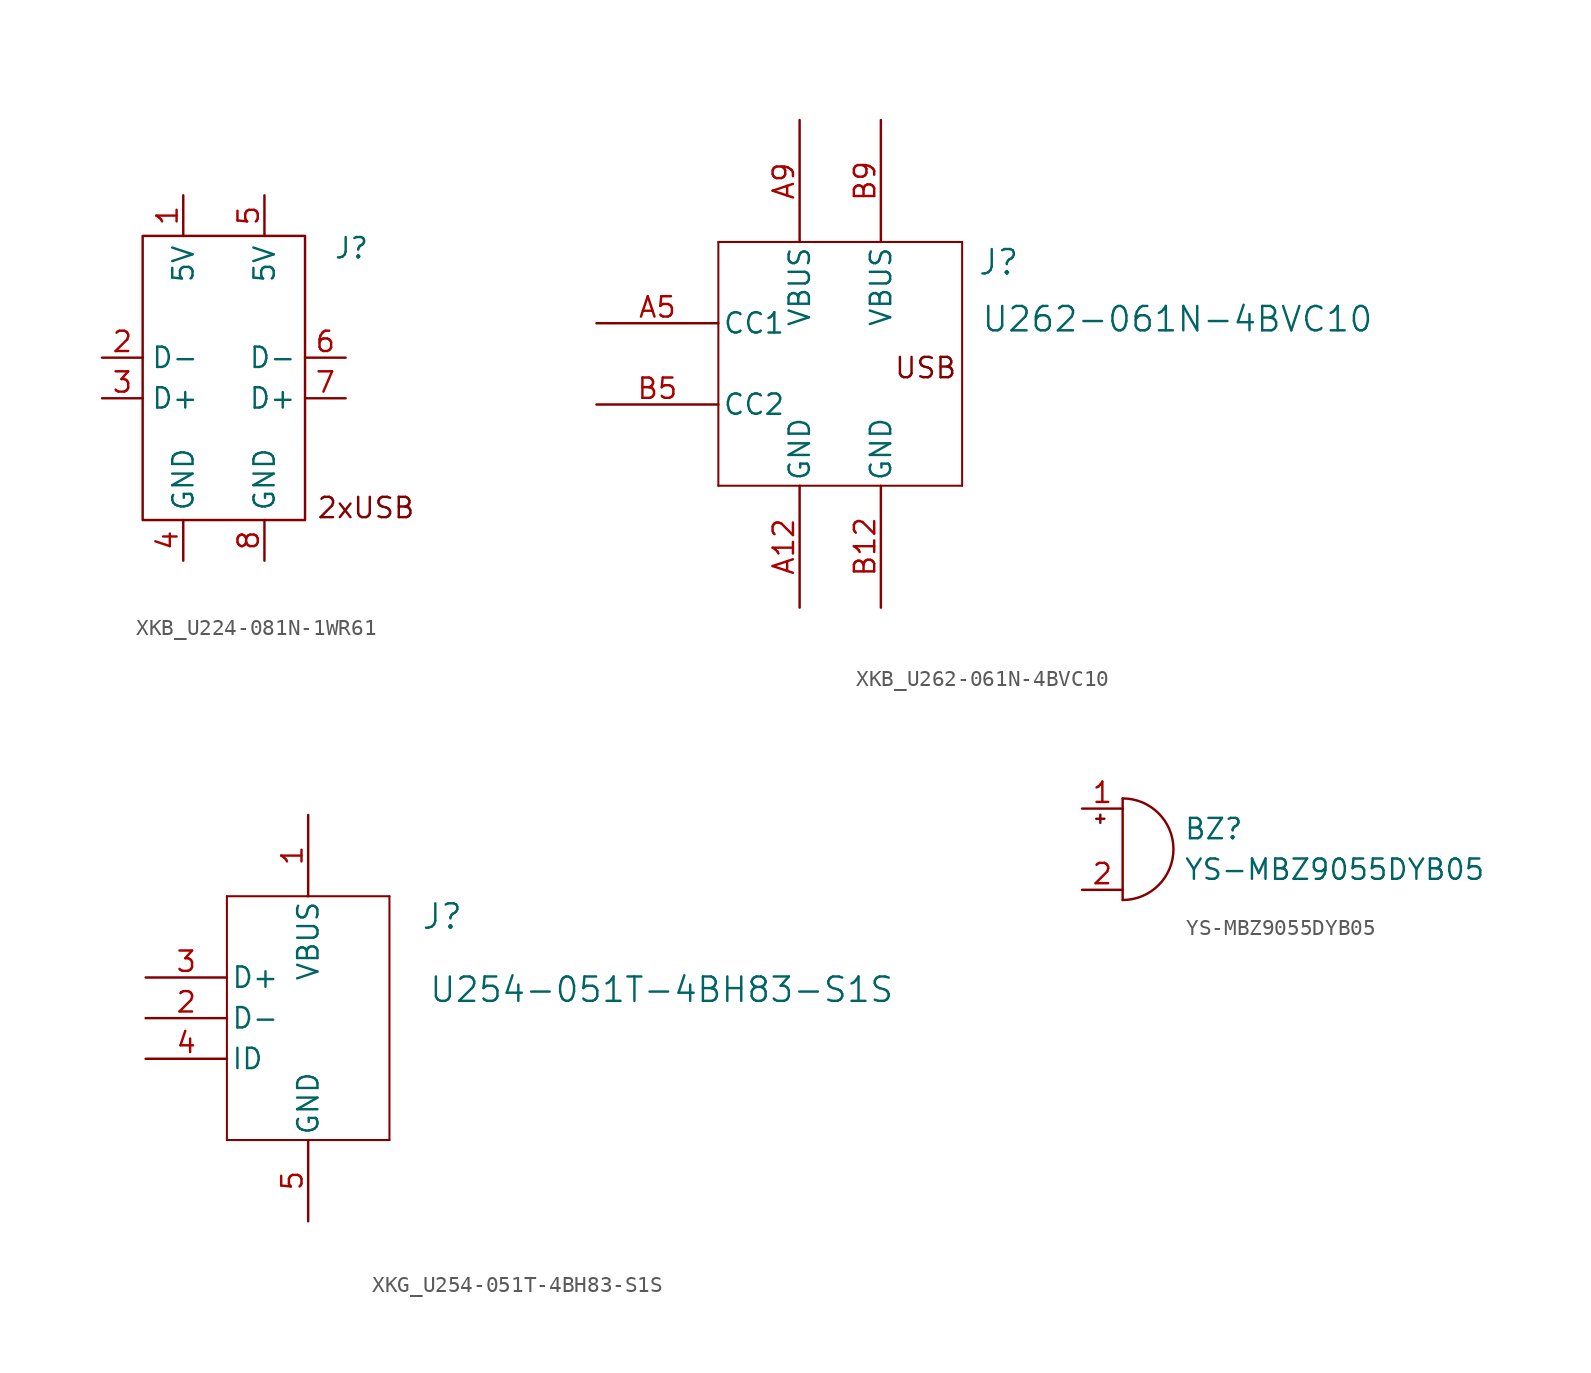
<source format=kicad_sym>
(kicad_symbol_lib
  (version 20231120)
  (generator "kicad_symbol_editor")
  (generator_version "8.0")
  (symbol "XKB_U224-081N-1WR61"
    (property "Reference" "J"
      (at 6.858 -8.382 0)
      (effects (font (size 1.27 1.27)) (justify left)))
    (property "Value" ""
      (at 0 0 0)
      (effects (font (size 1.27 1.27))))
    (symbol "XKB_U224-081N-1WR61_0_1"
      (rectangle (start -5.08 -7.62) (end 5.08 -25.4) (stroke (width 0) (type default)) (fill (type none))))
    (symbol "XKB_U224-081N-1WR61_1_1"
      (text "2xUSB" (at 8.89 -24.638 0) (effects (font (size 1.27 1.27))))
      (pin input line (at -2.54 -5.08 270) (length 2.54) (name "5V" (effects (font (size 1.27 1.27)))) (number "1" (effects (font (size 1.27 1.27)))))
      (pin input line (at -7.62 -15.24 0) (length 2.54) (name "D-" (effects (font (size 1.27 1.27)))) (number "2" (effects (font (size 1.27 1.27)))))
      (pin input line (at -7.62 -17.78 0) (length 2.54) (name "D+" (effects (font (size 1.27 1.27)))) (number "3" (effects (font (size 1.27 1.27)))))
      (pin input line (at -2.54 -27.94 90) (length 2.54) (name "GND" (effects (font (size 1.27 1.27)))) (number "4" (effects (font (size 1.27 1.27)))))
      (pin input line (at 2.54 -5.08 270) (length 2.54) (name "5V" (effects (font (size 1.27 1.27)))) (number "5" (effects (font (size 1.27 1.27)))))
      (pin input line (at 7.62 -15.24 180) (length 2.54) (name "D-" (effects (font (size 1.27 1.27)))) (number "6" (effects (font (size 1.27 1.27)))))
      (pin input line (at 7.62 -17.78 180) (length 2.54) (name "D+" (effects (font (size 1.27 1.27)))) (number "7" (effects (font (size 1.27 1.27)))))
      (pin input line (at 2.54 -27.94 90) (length 2.54) (name "GND" (effects (font (size 1.27 1.27)))) (number "8" (effects (font (size 1.27 1.27)))))))
  (symbol "XKB_U262-061N-4BVC10"
    (pin_names
      (offset 0.254))
    (property "Reference" "J"
      (at 25.146 3.81 0)
      (effects (font (size 1.524 1.524))))
    (property "Value" "U262-061N-4BVC10"
      (at 36.322 0.254 0)
      (effects (font (size 1.524 1.524))))
    (symbol "XKB_U262-061N-4BVC10_0_1"
      (polyline (pts (xy 7.62 -10.16) (xy 22.86 -10.16)) (stroke (width 0.127) (type default)) (fill (type none)))
      (polyline (pts (xy 7.62 5.08) (xy 7.62 -10.16)) (stroke (width 0.127) (type default)) (fill (type none)))
      (polyline (pts (xy 22.86 -10.16) (xy 22.86 5.08)) (stroke (width 0.127) (type default)) (fill (type none)))
      (polyline (pts (xy 22.86 5.08) (xy 7.62 5.08)) (stroke (width 0.127) (type default)) (fill (type none)))
      (pin power_out line (at 12.7 -17.78 90) (length 7.62) (name "GND" (effects (font (size 1.27 1.27)))) (number "A12" (effects (font (size 1.27 1.27)))))
      (pin bidirectional line (at 0 0 0) (length 7.62) (name "CC1" (effects (font (size 1.27 1.27)))) (number "A5" (effects (font (size 1.27 1.27)))))
      (pin power_in line (at 12.7 12.7 270) (length 7.62) (name "VBUS" (effects (font (size 1.27 1.27)))) (number "A9" (effects (font (size 1.27 1.27)))))
      (pin power_out line (at 17.78 -17.78 90) (length 7.62) (name "GND" (effects (font (size 1.27 1.27)))) (number "B12" (effects (font (size 1.27 1.27)))))
      (pin bidirectional line (at 0 -5.08 0) (length 7.62) (name "CC2" (effects (font (size 1.27 1.27)))) (number "B5" (effects (font (size 1.27 1.27)))))
      (pin power_in line (at 17.78 12.7 270) (length 7.62) (name "VBUS" (effects (font (size 1.27 1.27)))) (number "B9" (effects (font (size 1.27 1.27))))))
    (symbol "XKB_U262-061N-4BVC10_1_1"
      (text "USB" (at 20.574 -2.794 0) (effects (font (size 1.27 1.27))))))
  (symbol "XKG_U254-051T-4BH83-S1S"
    (pin_names
      (offset 0.254))
    (property "Reference" "J"
      (at 8.382 -1.27 0)
      (effects (font (size 1.524 1.524))))
    (property "Value" "U254-051T-4BH83-S1S"
      (at 22.098 -5.842 0)
      (effects (font (size 1.524 1.524))))
    (symbol "XKG_U254-051T-4BH83-S1S_0_1"
      (polyline (pts (xy -5.08 -15.24) (xy 5.08 -15.24)) (stroke (width 0.127) (type default)) (fill (type none)))
      (polyline (pts (xy -5.08 0) (xy -5.08 -15.24)) (stroke (width 0.127) (type default)) (fill (type none)))
      (polyline (pts (xy 5.08 -15.24) (xy 5.08 0)) (stroke (width 0.127) (type default)) (fill (type none)))
      (polyline (pts (xy 5.08 0) (xy -5.08 0)) (stroke (width 0.127) (type default)) (fill (type none))))
    (symbol "XKG_U254-051T-4BH83-S1S_1_1"
      (pin unspecified line (at 0 5.08 270) (length 5.08) (name "VBUS" (effects (font (size 1.27 1.27)))) (number "1" (effects (font (size 1.27 1.27)))))
      (pin unspecified line (at -10.16 -7.62 0) (length 5.08) (name "D-" (effects (font (size 1.27 1.27)))) (number "2" (effects (font (size 1.27 1.27)))))
      (pin unspecified line (at -10.16 -5.08 0) (length 5.08) (name "D+" (effects (font (size 1.27 1.27)))) (number "3" (effects (font (size 1.27 1.27)))))
      (pin unspecified line (at -10.16 -10.16 0) (length 5.08) (name "ID" (effects (font (size 1.27 1.27)))) (number "4" (effects (font (size 1.27 1.27)))))
      (pin unspecified line (at 0 -20.32 90) (length 5.08) (name "GND" (effects (font (size 1.27 1.27)))) (number "5" (effects (font (size 1.27 1.27)))))))
  (symbol "YS-MBZ9055DYB05"
    (pin_names
      (offset 0.025) hide)
    (property "Reference" "BZ"
      (at 3.81 1.27 0)
      (effects (font (size 1.27 1.27)) (justify left)))
    (property "Value" "YS-MBZ9055DYB05"
      (at 3.81 -1.27 0)
      (effects (font (size 1.27 1.27)) (justify left)))
    (symbol "YS-MBZ9055DYB05_0_1"
      (arc (start 0 -3.175) (mid 3.1612 0) (end 0 3.175) (stroke (width 0) (type default)) (fill (type none)))
      (polyline (pts (xy -1.651 1.905) (xy -1.143 1.905)) (stroke (width 0) (type default)) (fill (type none)))
      (polyline (pts (xy -1.397 2.159) (xy -1.397 1.651)) (stroke (width 0) (type default)) (fill (type none)))
      (polyline (pts (xy 0 3.175) (xy 0 -3.175)) (stroke (width 0) (type default)) (fill (type none))))
    (symbol "YS-MBZ9055DYB05_1_1"
      (pin passive line (at -2.54 2.54 0) (length 2.54) (name "+" (effects (font (size 1.27 1.27)))) (number "1" (effects (font (size 1.27 1.27)))))
      (pin passive line (at -2.54 -2.54 0) (length 2.54) (name "-" (effects (font (size 1.27 1.27)))) (number "2" (effects (font (size 1.27 1.27))))))))
</source>
